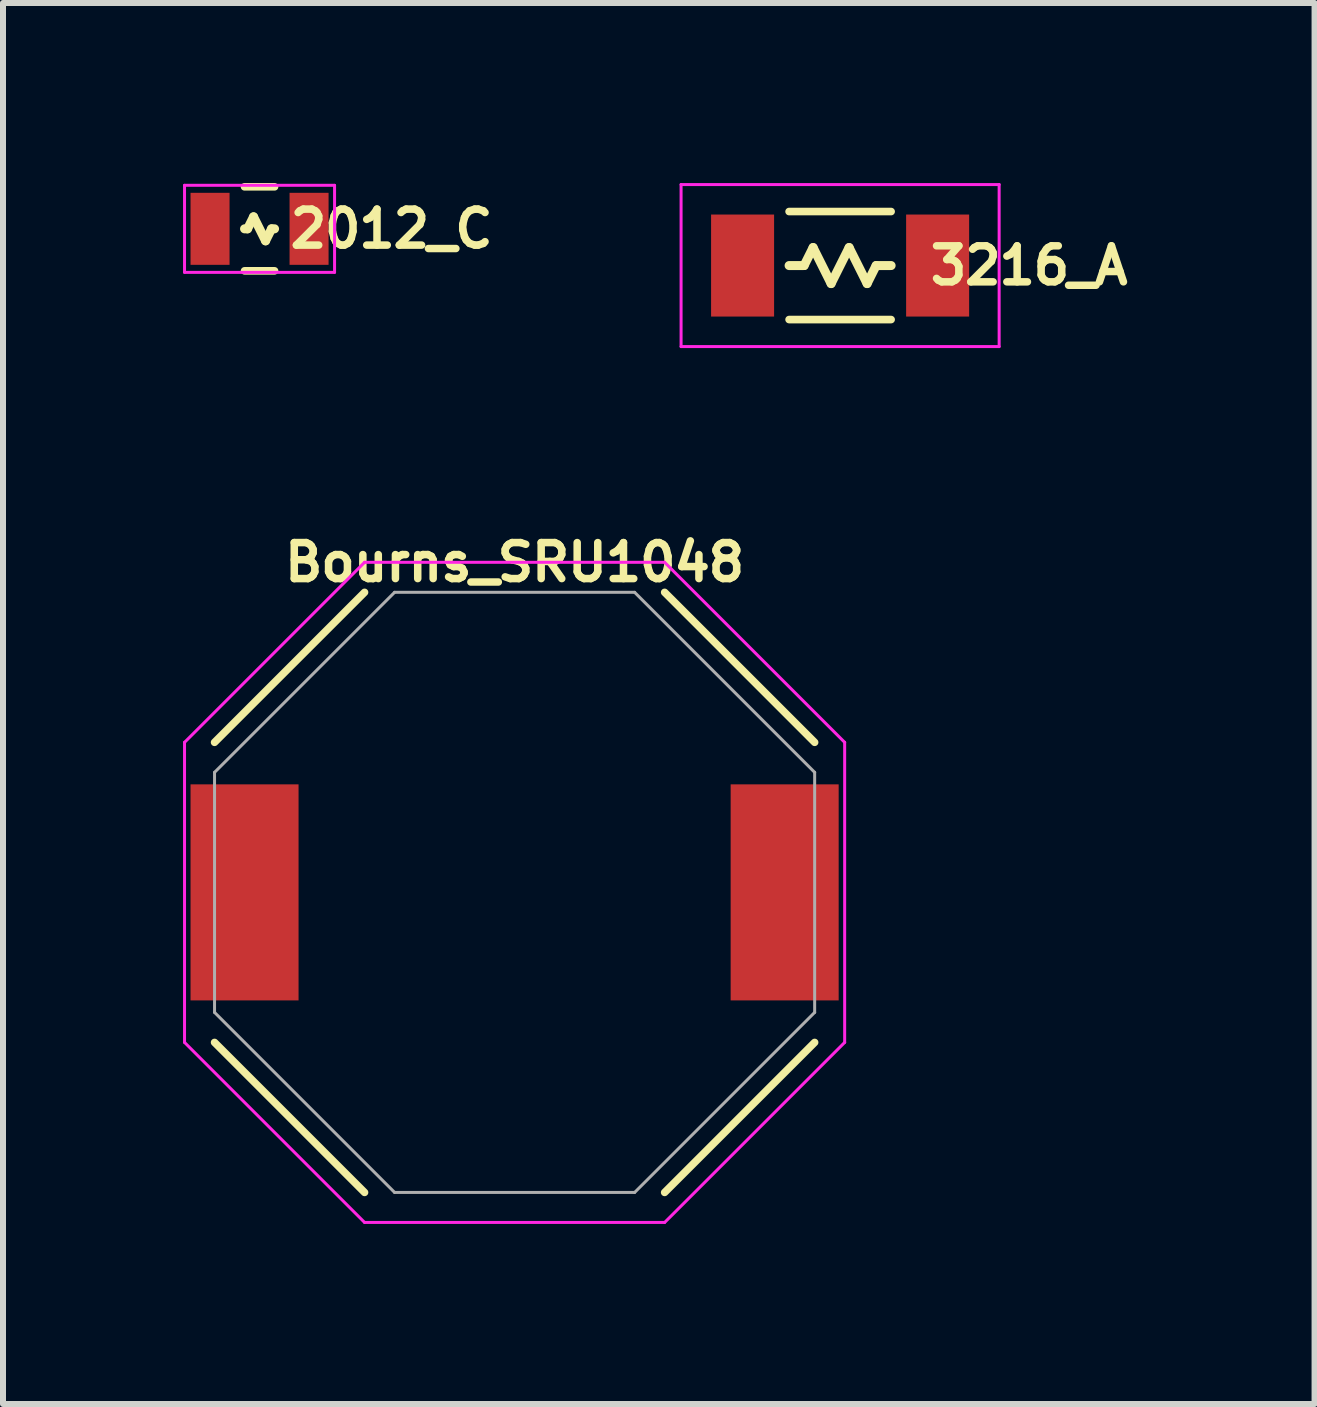
<source format=kicad_pcb>
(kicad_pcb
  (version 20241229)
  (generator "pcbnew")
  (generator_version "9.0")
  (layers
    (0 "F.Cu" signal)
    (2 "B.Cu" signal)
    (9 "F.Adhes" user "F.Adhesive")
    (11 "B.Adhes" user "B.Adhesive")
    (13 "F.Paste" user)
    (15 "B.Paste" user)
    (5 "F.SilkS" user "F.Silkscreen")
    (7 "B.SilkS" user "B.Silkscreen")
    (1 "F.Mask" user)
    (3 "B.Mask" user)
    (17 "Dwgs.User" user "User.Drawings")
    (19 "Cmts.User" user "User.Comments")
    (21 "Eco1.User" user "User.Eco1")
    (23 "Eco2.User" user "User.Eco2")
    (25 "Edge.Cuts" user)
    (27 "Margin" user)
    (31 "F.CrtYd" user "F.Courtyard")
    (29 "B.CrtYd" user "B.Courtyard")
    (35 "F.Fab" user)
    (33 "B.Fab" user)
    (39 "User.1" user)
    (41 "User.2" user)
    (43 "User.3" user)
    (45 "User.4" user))
  (footprint "Bourns_SRU1048"
    (layer "F.Cu")
    (at 5.525 11.82)
    (property "Reference" "Bourns_SRU1048" (at 0 -5.5 0) (layer "F.SilkS") (effects (font (size 0.6 0.6) (thickness 0.125))))
    (attr through_hole)
    (fp_line (start -5 -2.5) (end -2.5 -5) (stroke (width 0.125) (type solid)) (layer "F.SilkS"))
    (fp_line (start -5 2.5) (end -2.5 5) (stroke (width 0.125) (type solid)) (layer "F.SilkS"))
    (fp_line (start 2.5 -5) (end 5 -2.5) (stroke (width 0.125) (type solid)) (layer "F.SilkS"))
    (fp_line (start 5 2.5) (end 2.5 5) (stroke (width 0.125) (type solid)) (layer "F.SilkS"))
    (fp_line (start -5.5 -2.5) (end -5.5 2.5) (stroke (width 0.05) (type solid)) (layer "F.CrtYd"))
    (fp_line (start -5.5 2.5) (end -2.5 5.5) (stroke (width 0.05) (type solid)) (layer "F.CrtYd"))
    (fp_line (start -2.5 -5.5) (end -5.5 -2.5) (stroke (width 0.05) (type solid)) (layer "F.CrtYd"))
    (fp_line (start -2.5 5.5) (end 2.5 5.5) (stroke (width 0.05) (type solid)) (layer "F.CrtYd"))
    (fp_line (start 2.5 -5.5) (end -2.5 -5.5) (stroke (width 0.05) (type solid)) (layer "F.CrtYd"))
    (fp_line (start 2.5 5.5) (end 5.5 2.5) (stroke (width 0.05) (type solid)) (layer "F.CrtYd"))
    (fp_line (start 5.5 -2.5) (end 2.5 -5.5) (stroke (width 0.05) (type solid)) (layer "F.CrtYd"))
    (fp_line (start 5.5 2.5) (end 5.5 -2.5) (stroke (width 0.05) (type solid)) (layer "F.CrtYd"))
    (fp_line (start -5 -2) (end -2 -5) (stroke (width 0.05) (type solid)) (layer "F.Fab"))
    (fp_line (start -5 2) (end -5 -2) (stroke (width 0.05) (type solid)) (layer "F.Fab"))
    (fp_line (start -2 -5) (end 2 -5) (stroke (width 0.05) (type solid)) (layer "F.Fab"))
    (fp_line (start -2 5) (end -5 2) (stroke (width 0.05) (type solid)) (layer "F.Fab"))
    (fp_line (start 2 -5) (end 5 -2) (stroke (width 0.05) (type solid)) (layer "F.Fab"))
    (fp_line (start 2 5) (end -2 5) (stroke (width 0.05) (type solid)) (layer "F.Fab"))
    (fp_line (start 5 -2) (end 5 2) (stroke (width 0.05) (type solid)) (layer "F.Fab"))
    (fp_line (start 5 2) (end 2 5) (stroke (width 0.05) (type solid)) (layer "F.Fab"))
    (pad "1" smd rect (at -4.5 0) (size 1.8 3.6) (layers "F.Cu" "F.Mask" "F.Paste"))
    (pad "2" smd rect (at 4.5 0) (size 1.8 3.6) (layers "F.Cu" "F.Mask" "F.Paste")))
  (footprint "2012_C"
    (layer "F.Cu")
    (at 1.275 0.763)
    (property "Reference" "2012_C" (at 2.2 0 0) (layer "F.SilkS") (effects (font (size 0.6 0.6) (thickness 0.125))))
    (attr smd)
    (fp_line (start -0.25 -0.7) (end 0.25 -0.7) (stroke (width 0.127) (type solid)) (layer "F.SilkS"))
    (fp_line (start -0.25 0) (end -0.2 0) (stroke (width 0.15) (type solid)) (layer "F.SilkS"))
    (fp_line (start -0.25 0.7) (end 0.25 0.7) (stroke (width 0.127) (type solid)) (layer "F.SilkS"))
    (fp_line (start -0.2 0) (end -0.1 -0.2) (stroke (width 0.15) (type solid)) (layer "F.SilkS"))
    (fp_line (start -0.1 -0.2) (end 0.1 0.2) (stroke (width 0.15) (type solid)) (layer "F.SilkS"))
    (fp_line (start 0.1 0.2) (end 0.2 0) (stroke (width 0.15) (type solid)) (layer "F.SilkS"))
    (fp_line (start 0.2 0) (end 0.25 0) (stroke (width 0.15) (type solid)) (layer "F.SilkS"))
    (fp_line (start -1.25 -0.725) (end 1.25 -0.725) (stroke (width 0.05) (type solid)) (layer "F.CrtYd"))
    (fp_line (start -1.25 0.725) (end -1.25 -0.725) (stroke (width 0.05) (type solid)) (layer "F.CrtYd"))
    (fp_line (start 1.25 -0.725) (end 1.25 0.725) (stroke (width 0.05) (type solid)) (layer "F.CrtYd"))
    (fp_line (start 1.25 0.725) (end -1.25 0.725) (stroke (width 0.05) (type solid)) (layer "F.CrtYd"))
    (pad "1" smd rect (at -0.825 0) (size 0.65 1.2) (layers "F.Cu" "F.Mask" "F.Paste"))
    (pad "2" smd rect (at 0.825 0) (size 0.65 1.2) (layers "F.Cu" "F.Mask" "F.Paste")))
  (footprint "3216_A"
    (layer "F.Cu")
    (at 10.949 1.375)
    (property "Reference" "3216_A" (at 3.15 0 0) (layer "F.SilkS") (effects (font (size 0.6 0.6) (thickness 0.125))))
    (attr smd)
    (fp_line (start -0.85 -0.9) (end 0.85 -0.9) (stroke (width 0.127) (type solid)) (layer "F.SilkS"))
    (fp_line (start -0.85 0) (end -0.6 0) (stroke (width 0.15) (type solid)) (layer "F.SilkS"))
    (fp_line (start -0.85 0.9) (end 0.85 0.9) (stroke (width 0.127) (type solid)) (layer "F.SilkS"))
    (fp_line (start -0.6 0) (end -0.45 -0.3) (stroke (width 0.15) (type solid)) (layer "F.SilkS"))
    (fp_line (start -0.45 -0.3) (end -0.15 0.3) (stroke (width 0.15) (type solid)) (layer "F.SilkS"))
    (fp_line (start -0.15 0.3) (end 0.15 -0.3) (stroke (width 0.15) (type solid)) (layer "F.SilkS"))
    (fp_line (start 0.15 -0.3) (end 0.45 0.3) (stroke (width 0.15) (type solid)) (layer "F.SilkS"))
    (fp_line (start 0.45 0.3) (end 0.6 0) (stroke (width 0.15) (type solid)) (layer "F.SilkS"))
    (fp_line (start 0.6 0) (end 0.85 0) (stroke (width 0.15) (type solid)) (layer "F.SilkS"))
    (fp_line (start -2.65 -1.35) (end -2.65 1.35) (stroke (width 0.05) (type solid)) (layer "F.CrtYd"))
    (fp_line (start -2.65 -1.35) (end 2.65 -1.35) (stroke (width 0.05) (type solid)) (layer "F.CrtYd"))
    (fp_line (start 2.65 -1.35) (end 2.65 1.35) (stroke (width 0.05) (type solid)) (layer "F.CrtYd"))
    (fp_line (start 2.65 1.35) (end -2.65 1.35) (stroke (width 0.05) (type solid)) (layer "F.CrtYd"))
    (pad "1" smd rect (at -1.625 0) (size 1.05 1.7) (layers "F.Cu" "F.Mask" "F.Paste"))
    (pad "2" smd rect (at 1.625 0) (size 1.05 1.7) (layers "F.Cu" "F.Mask" "F.Paste")))
  (gr_rect
    (start -3 -3)
    (end 18.855 20.345)
    (stroke (width 0.1) (type default))
    (fill no)
    (layer "Edge.Cuts")))
</source>
